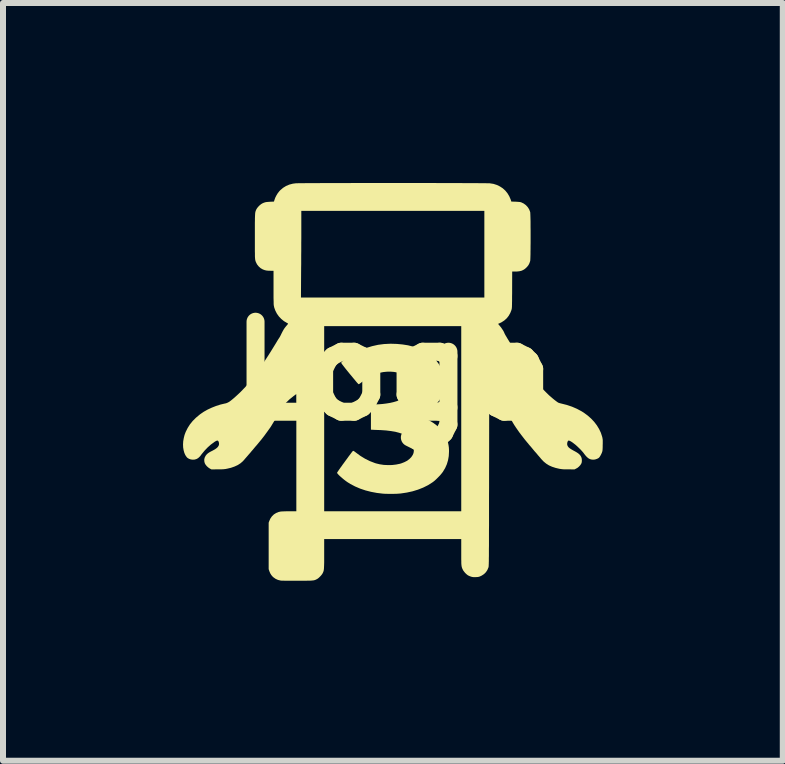
<source format=kicad_pcb>
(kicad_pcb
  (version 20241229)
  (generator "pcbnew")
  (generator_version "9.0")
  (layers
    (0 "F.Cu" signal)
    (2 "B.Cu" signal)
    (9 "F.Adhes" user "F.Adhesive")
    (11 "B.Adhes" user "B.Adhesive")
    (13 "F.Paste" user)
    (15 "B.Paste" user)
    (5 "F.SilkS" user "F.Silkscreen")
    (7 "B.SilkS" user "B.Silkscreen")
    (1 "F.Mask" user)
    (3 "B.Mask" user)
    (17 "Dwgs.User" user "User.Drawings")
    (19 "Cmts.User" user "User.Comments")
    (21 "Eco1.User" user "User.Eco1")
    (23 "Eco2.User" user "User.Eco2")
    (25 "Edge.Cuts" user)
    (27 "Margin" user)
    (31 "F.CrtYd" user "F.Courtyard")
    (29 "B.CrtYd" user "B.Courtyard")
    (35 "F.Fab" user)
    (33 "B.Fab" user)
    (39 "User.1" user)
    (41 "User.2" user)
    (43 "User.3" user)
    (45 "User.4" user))
  (footprint "Logo"
    (layer "F.Cu")
    (at 3.494 3.133)
    (property "Reference" "Logo" (at 0 0 0) (layer "F.SilkS") (effects (font (size 1.5 1.5) (thickness 0.3))))
    (attr board_only exclude_from_pos_files exclude_from_bom)
    (fp_poly (pts (xy 0.07 -0.452) (xy 0.164 -0.443) (xy 0.254 -0.429) (xy 0.338 -0.408) (xy 0.417 -0.383) (xy 0.491 -0.352) (xy 0.558 -0.315) (xy 0.62 -0.274) (xy 0.675 -0.228) (xy 0.724 -0.177) (xy 0.765 -0.122) (xy 0.8 -0.062) (xy 0.818 -0.02) (xy 0.835 0.03) (xy 0.848 0.084) (xy 0.856 0.14) (xy 0.86 0.195) (xy 0.859 0.247) (xy 0.858 0.262) (xy 0.852 0.307) (xy 0.843 0.347) (xy 0.83 0.385) (xy 0.813 0.424) (xy 0.809 0.431) (xy 0.778 0.486) (xy 0.739 0.537) (xy 0.693 0.584) (xy 0.64 0.628) (xy 0.579 0.669) (xy 0.51 0.708) (xy 0.465 0.729) (xy 0.448 0.737) (xy 0.436 0.743) (xy 0.429 0.748) (xy 0.429 0.75) (xy 0.488 0.77) (xy 0.548 0.794) (xy 0.605 0.822) (xy 0.657 0.852) (xy 0.676 0.864) (xy 0.735 0.908) (xy 0.787 0.956) (xy 0.832 1.009) (xy 0.869 1.066) (xy 0.899 1.127) (xy 0.914 1.168) (xy 0.924 1.205) (xy 0.931 1.24) (xy 0.936 1.277) (xy 0.938 1.318) (xy 0.938 1.343) (xy 0.934 1.417) (xy 0.922 1.486) (xy 0.902 1.553) (xy 0.874 1.616) (xy 0.837 1.678) (xy 0.835 1.681) (xy 0.815 1.707) (xy 0.79 1.737) (xy 0.761 1.767) (xy 0.731 1.797) (xy 0.701 1.825) (xy 0.672 1.848) (xy 0.662 1.855) (xy 0.588 1.902) (xy 0.508 1.942) (xy 0.422 1.976) (xy 0.331 2.004) (xy 0.235 2.025) (xy 0.135 2.04) (xy 0.098 2.043) (xy 0.068 2.045) (xy 0.031 2.046) (xy -0.01 2.047) (xy -0.052 2.047) (xy -0.093 2.046) (xy -0.132 2.045) (xy -0.164 2.043) (xy -0.264 2.031) (xy -0.36 2.013) (xy -0.454 1.989) (xy -0.543 1.959) (xy -0.627 1.923) (xy -0.705 1.882) (xy -0.755 1.851) (xy -0.779 1.834) (xy -0.804 1.815) (xy -0.829 1.795) (xy -0.853 1.774) (xy -0.876 1.754) (xy -0.895 1.736) (xy -0.911 1.719) (xy -0.922 1.706) (xy -0.927 1.697) (xy -0.928 1.696) (xy -0.925 1.691) (xy -0.918 1.679) (xy -0.907 1.663) (xy -0.892 1.641) (xy -0.874 1.615) (xy -0.853 1.587) (xy -0.831 1.555) (xy -0.815 1.534) (xy -0.784 1.491) (xy -0.757 1.455) (xy -0.735 1.424) (xy -0.716 1.399) (xy -0.701 1.379) (xy -0.689 1.363) (xy -0.68 1.351) (xy -0.673 1.342) (xy -0.668 1.337) (xy -0.664 1.333) (xy -0.661 1.331) (xy -0.658 1.33) (xy -0.656 1.33) (xy -0.656 1.33) (xy -0.649 1.333) (xy -0.638 1.34) (xy -0.623 1.351) (xy -0.61 1.361) (xy -0.538 1.414) (xy -0.461 1.461) (xy -0.38 1.501) (xy -0.297 1.533) (xy -0.278 1.539) (xy -0.215 1.554) (xy -0.148 1.564) (xy -0.079 1.567) (xy -0.01 1.566) (xy 0.057 1.558) (xy 0.121 1.545) (xy 0.144 1.538) (xy 0.195 1.518) (xy 0.24 1.495) (xy 0.278 1.466) (xy 0.309 1.435) (xy 0.333 1.399) (xy 0.342 1.379) (xy 0.346 1.367) (xy 0.349 1.355) (xy 0.351 1.34) (xy 0.352 1.321) (xy 0.352 1.3) (xy 0.351 1.263) (xy 0.347 1.233) (xy 0.339 1.206) (xy 0.327 1.18) (xy 0.315 1.161) (xy 0.289 1.127) (xy 0.255 1.098) (xy 0.214 1.071) (xy 0.164 1.048) (xy 0.108 1.029) (xy 0.043 1.012) (xy -0.029 1) (xy -0.109 0.99) (xy -0.197 0.984) (xy -0.252 0.982) (xy -0.28 0.981) (xy -0.305 0.98) (xy -0.327 0.979) (xy -0.343 0.978) (xy -0.352 0.978) (xy -0.353 0.978) (xy -0.363 0.976) (xy -0.363 0.768) (xy -0.363 0.72) (xy -0.363 0.68) (xy -0.363 0.647) (xy -0.363 0.62) (xy -0.362 0.6) (xy -0.362 0.584) (xy -0.361 0.573) (xy -0.36 0.566) (xy -0.359 0.561) (xy -0.357 0.559) (xy -0.356 0.558) (xy -0.349 0.557) (xy -0.336 0.556) (xy -0.317 0.556) (xy -0.302 0.556) (xy -0.237 0.554) (xy -0.171 0.549) (xy -0.107 0.541) (xy -0.045 0.531) (xy 0.012 0.518) (xy 0.064 0.503) (xy 0.085 0.495) (xy 0.134 0.473) (xy 0.176 0.446) (xy 0.211 0.416) (xy 0.239 0.382) (xy 0.259 0.344) (xy 0.271 0.307) (xy 0.276 0.265) (xy 0.273 0.222) (xy 0.264 0.181) (xy 0.251 0.147) (xy 0.238 0.128) (xy 0.221 0.107) (xy 0.2 0.086) (xy 0.178 0.068) (xy 0.162 0.058) (xy 0.119 0.038) (xy 0.07 0.023) (xy 0.017 0.014) (xy -0.04 0.01) (xy -0.098 0.011) (xy -0.157 0.017) (xy -0.216 0.029) (xy -0.271 0.046) (xy -0.316 0.064) (xy -0.364 0.089) (xy -0.415 0.118) (xy -0.467 0.15) (xy -0.517 0.186) (xy -0.526 0.193) (xy -0.541 0.204) (xy -0.554 0.213) (xy -0.563 0.218) (xy -0.566 0.219) (xy -0.568 0.219) (xy -0.57 0.217) (xy -0.574 0.215) (xy -0.578 0.211) (xy -0.584 0.204) (xy -0.593 0.195) (xy -0.604 0.182) (xy -0.618 0.165) (xy -0.636 0.143) (xy -0.658 0.117) (xy -0.684 0.085) (xy -0.716 0.047) (xy -0.729 0.031) (xy -0.764 -0.012) (xy -0.793 -0.048) (xy -0.817 -0.079) (xy -0.835 -0.102) (xy -0.848 -0.12) (xy -0.855 -0.131) (xy -0.857 -0.135) (xy -0.857 -0.141) (xy -0.854 -0.146) (xy -0.848 -0.153) (xy -0.838 -0.162) (xy -0.822 -0.174) (xy -0.811 -0.182) (xy -0.719 -0.246) (xy -0.627 -0.301) (xy -0.534 -0.348) (xy -0.439 -0.386) (xy -0.342 -0.415) (xy -0.244 -0.437) (xy -0.144 -0.45) (xy -0.041 -0.455) (xy -0.028 -0.455)) (stroke (width 0) (type solid)) (fill yes) (layer "F.SilkS"))
    (fp_poly (pts (xy 0.12 -3.133) (xy 0.224 -3.133) (xy 0.327 -3.133) (xy 0.428 -3.133) (xy 0.528 -3.133) (xy 0.626 -3.133) (xy 0.722 -3.133) (xy 0.815 -3.132) (xy 0.905 -3.132) (xy 0.991 -3.132) (xy 1.074 -3.132) (xy 1.152 -3.132) (xy 1.226 -3.131) (xy 1.294 -3.131) (xy 1.357 -3.131) (xy 1.415 -3.131) (xy 1.466 -3.13) (xy 1.51 -3.13) (xy 1.548 -3.13) (xy 1.578 -3.129) (xy 1.601 -3.129) (xy 1.615 -3.129) (xy 1.62 -3.128) (xy 1.679 -3.119) (xy 1.735 -3.101) (xy 1.787 -3.076) (xy 1.834 -3.045) (xy 1.876 -3.007) (xy 1.912 -2.963) (xy 1.942 -2.913) (xy 1.965 -2.86) (xy 1.977 -2.824) (xy 2.049 -2.822) (xy 2.081 -2.82) (xy 2.106 -2.818) (xy 2.125 -2.816) (xy 2.138 -2.812) (xy 2.14 -2.812) (xy 2.182 -2.792) (xy 2.219 -2.765) (xy 2.249 -2.733) (xy 2.273 -2.696) (xy 2.289 -2.655) (xy 2.291 -2.649) (xy 2.292 -2.639) (xy 2.293 -2.622) (xy 2.294 -2.597) (xy 2.295 -2.566) (xy 2.296 -2.53) (xy 2.297 -2.488) (xy 2.297 -2.443) (xy 2.297 -2.395) (xy 2.298 -2.344) (xy 2.298 -2.292) (xy 2.298 -2.238) (xy 2.298 -2.185) (xy 2.298 -2.133) (xy 2.297 -2.082) (xy 2.297 -2.034) (xy 2.296 -1.989) (xy 2.296 -1.948) (xy 2.295 -1.912) (xy 2.294 -1.881) (xy 2.293 -1.857) (xy 2.292 -1.84) (xy 2.29 -1.831) (xy 2.278 -1.796) (xy 2.262 -1.765) (xy 2.239 -1.736) (xy 2.229 -1.726) (xy 2.203 -1.702) (xy 2.176 -1.685) (xy 2.148 -1.672) (xy 2.116 -1.664) (xy 2.078 -1.659) (xy 2.043 -1.658) (xy 1.991 -1.658) (xy 1.99 -1.355) (xy 1.99 -1.296) (xy 1.989 -1.246) (xy 1.989 -1.202) (xy 1.989 -1.166) (xy 1.988 -1.135) (xy 1.988 -1.11) (xy 1.987 -1.089) (xy 1.987 -1.073) (xy 1.986 -1.06) (xy 1.985 -1.049) (xy 1.984 -1.04) (xy 1.983 -1.033) (xy 1.981 -1.027) (xy 1.979 -1.02) (xy 1.979 -1.018) (xy 1.959 -0.967) (xy 1.933 -0.921) (xy 1.9 -0.879) (xy 1.86 -0.843) (xy 1.814 -0.813) (xy 1.783 -0.798) (xy 1.756 -0.786) (xy 1.782 -0.755) (xy 1.805 -0.727) (xy 1.826 -0.696) (xy 1.845 -0.667) (xy 1.858 -0.64) (xy 1.86 -0.635) (xy 1.865 -0.623) (xy 1.873 -0.608) (xy 1.883 -0.59) (xy 1.897 -0.567) (xy 1.914 -0.538) (xy 1.935 -0.504) (xy 1.959 -0.464) (xy 1.974 -0.44) (xy 1.99 -0.413) (xy 2.006 -0.388) (xy 2.017 -0.37) (xy 2.083 -0.263) (xy 2.147 -0.164) (xy 2.208 -0.072) (xy 2.267 0.013) (xy 2.325 0.091) (xy 2.382 0.164) (xy 2.438 0.231) (xy 2.494 0.293) (xy 2.55 0.35) (xy 2.605 0.404) (xy 2.641 0.435) (xy 2.67 0.46) (xy 2.697 0.482) (xy 2.722 0.501) (xy 2.742 0.516) (xy 2.758 0.526) (xy 2.76 0.527) (xy 2.77 0.531) (xy 2.787 0.536) (xy 2.806 0.541) (xy 2.815 0.543) (xy 2.902 0.565) (xy 2.988 0.594) (xy 3.069 0.629) (xy 3.146 0.67) (xy 3.183 0.693) (xy 3.247 0.74) (xy 3.305 0.791) (xy 3.357 0.846) (xy 3.402 0.905) (xy 3.439 0.966) (xy 3.469 1.029) (xy 3.49 1.094) (xy 3.49 1.095) (xy 3.494 1.11) (xy 3.496 1.122) (xy 3.498 1.135) (xy 3.5 1.148) (xy 3.5 1.165) (xy 3.5 1.186) (xy 3.5 1.213) (xy 3.499 1.233) (xy 3.499 1.265) (xy 3.498 1.289) (xy 3.497 1.307) (xy 3.496 1.321) (xy 3.494 1.332) (xy 3.492 1.342) (xy 3.488 1.352) (xy 3.486 1.36) (xy 3.475 1.384) (xy 3.463 1.407) (xy 3.451 1.427) (xy 3.439 1.442) (xy 3.436 1.445) (xy 3.428 1.451) (xy 3.415 1.458) (xy 3.402 1.464) (xy 3.371 1.474) (xy 3.338 1.477) (xy 3.305 1.473) (xy 3.281 1.465) (xy 3.257 1.451) (xy 3.232 1.429) (xy 3.208 1.402) (xy 3.191 1.38) (xy 3.173 1.356) (xy 3.151 1.331) (xy 3.127 1.305) (xy 3.1 1.279) (xy 3.073 1.253) (xy 3.046 1.229) (xy 3.019 1.208) (xy 2.994 1.189) (xy 2.971 1.174) (xy 2.952 1.164) (xy 2.937 1.159) (xy 2.93 1.158) (xy 2.921 1.165) (xy 2.914 1.177) (xy 2.909 1.194) (xy 2.907 1.212) (xy 2.908 1.23) (xy 2.91 1.236) (xy 2.918 1.254) (xy 2.931 1.271) (xy 2.951 1.288) (xy 2.977 1.305) (xy 3.01 1.324) (xy 3.016 1.327) (xy 3.056 1.349) (xy 3.089 1.37) (xy 3.113 1.391) (xy 3.131 1.413) (xy 3.143 1.436) (xy 3.15 1.461) (xy 3.152 1.488) (xy 3.151 1.51) (xy 3.148 1.528) (xy 3.143 1.541) (xy 3.127 1.567) (xy 3.104 1.592) (xy 3.079 1.613) (xy 3.059 1.624) (xy 3.03 1.639) (xy 2.929 1.638) (xy 2.894 1.638) (xy 2.865 1.638) (xy 2.842 1.637) (xy 2.822 1.635) (xy 2.804 1.633) (xy 2.786 1.63) (xy 2.778 1.629) (xy 2.714 1.614) (xy 2.656 1.595) (xy 2.604 1.572) (xy 2.558 1.543) (xy 2.516 1.509) (xy 2.478 1.469) (xy 2.469 1.459) (xy 2.459 1.446) (xy 2.451 1.437) (xy 2.446 1.431) (xy 2.446 1.431) (xy 2.442 1.427) (xy 2.434 1.417) (xy 2.421 1.403) (xy 2.406 1.384) (xy 2.388 1.363) (xy 2.368 1.341) (xy 2.348 1.317) (xy 2.329 1.294) (xy 2.31 1.271) (xy 2.293 1.251) (xy 2.282 1.239) (xy 2.267 1.221) (xy 2.254 1.204) (xy 2.242 1.191) (xy 2.235 1.182) (xy 2.234 1.181) (xy 2.22 1.164) (xy 2.201 1.141) (xy 2.181 1.115) (xy 2.16 1.088) (xy 2.14 1.062) (xy 2.123 1.039) (xy 2.111 1.024) (xy 2.079 0.978) (xy 2.051 0.938) (xy 2.026 0.9) (xy 2.003 0.862) (xy 1.981 0.823) (xy 1.959 0.781) (xy 1.934 0.734) (xy 1.924 0.713) (xy 1.906 0.679) (xy 1.889 0.648) (xy 1.873 0.623) (xy 1.862 0.608) (xy 1.842 0.584) (xy 1.816 0.556) (xy 1.786 0.526) (xy 1.755 0.495) (xy 1.723 0.466) (xy 1.692 0.44) (xy 1.664 0.417) (xy 1.663 0.416) (xy 1.608 0.375) (xy 1.606 1.812) (xy 1.606 1.945) (xy 1.605 2.07) (xy 1.605 2.186) (xy 1.605 2.295) (xy 1.605 2.396) (xy 1.605 2.489) (xy 1.605 2.576) (xy 1.604 2.656) (xy 1.604 2.729) (xy 1.604 2.796) (xy 1.604 2.857) (xy 1.604 2.913) (xy 1.603 2.963) (xy 1.603 3.008) (xy 1.603 3.049) (xy 1.603 3.085) (xy 1.602 3.116) (xy 1.602 3.144) (xy 1.602 3.168) (xy 1.601 3.189) (xy 1.601 3.206) (xy 1.6 3.221) (xy 1.6 3.233) (xy 1.599 3.243) (xy 1.599 3.251) (xy 1.598 3.258) (xy 1.598 3.263) (xy 1.597 3.267) (xy 1.596 3.27) (xy 1.596 3.272) (xy 1.595 3.273) (xy 1.577 3.316) (xy 1.553 3.352) (xy 1.522 3.383) (xy 1.484 3.408) (xy 1.461 3.419) (xy 1.447 3.425) (xy 1.433 3.429) (xy 1.418 3.432) (xy 1.399 3.433) (xy 1.385 3.434) (xy 1.362 3.434) (xy 1.345 3.434) (xy 1.33 3.432) (xy 1.315 3.429) (xy 1.302 3.425) (xy 1.283 3.418) (xy 1.265 3.41) (xy 1.251 3.402) (xy 1.25 3.402) (xy 1.228 3.384) (xy 1.206 3.363) (xy 1.187 3.339) (xy 1.171 3.317) (xy 1.169 3.311) (xy 1.163 3.299) (xy 1.158 3.288) (xy 1.154 3.277) (xy 1.151 3.266) (xy 1.148 3.253) (xy 1.146 3.237) (xy 1.144 3.219) (xy 1.143 3.196) (xy 1.143 3.168) (xy 1.142 3.135) (xy 1.142 3.095) (xy 1.142 3.048) (xy 1.142 3.016) (xy 1.142 2.8) (xy 0 2.8) (xy -1.142 2.8) (xy -1.142 3.044) (xy -1.142 3.1) (xy -1.142 3.148) (xy -1.142 3.189) (xy -1.143 3.223) (xy -1.144 3.251) (xy -1.145 3.275) (xy -1.146 3.294) (xy -1.148 3.31) (xy -1.15 3.324) (xy -1.153 3.335) (xy -1.157 3.346) (xy -1.161 3.356) (xy -1.166 3.366) (xy -1.167 3.369) (xy -1.179 3.388) (xy -1.195 3.408) (xy -1.215 3.429) (xy -1.235 3.448) (xy -1.254 3.462) (xy -1.262 3.467) (xy -1.273 3.472) (xy -1.283 3.477) (xy -1.292 3.481) (xy -1.302 3.484) (xy -1.313 3.487) (xy -1.325 3.489) (xy -1.341 3.49) (xy -1.359 3.492) (xy -1.382 3.493) (xy -1.41 3.493) (xy -1.443 3.494) (xy -1.483 3.494) (xy -1.53 3.494) (xy -1.585 3.494) (xy -1.586 3.494) (xy -1.633 3.494) (xy -1.679 3.494) (xy -1.721 3.494) (xy -1.76 3.494) (xy -1.795 3.494) (xy -1.824 3.493) (xy -1.847 3.493) (xy -1.862 3.492) (xy -1.868 3.491) (xy -1.911 3.481) (xy -1.951 3.463) (xy -1.988 3.437) (xy -2.005 3.421) (xy -2.024 3.398) (xy -2.04 3.372) (xy -2.053 3.342) (xy -2.057 3.331) (xy -2.067 3.301) (xy -2.067 2.914) (xy -2.067 2.527) (xy -2.057 2.499) (xy -2.038 2.457) (xy -2.012 2.42) (xy -1.98 2.389) (xy -1.944 2.366) (xy -1.903 2.349) (xy -1.866 2.341) (xy -1.853 2.34) (xy -1.833 2.339) (xy -1.808 2.338) (xy -1.778 2.337) (xy -1.746 2.337) (xy -1.721 2.337) (xy -1.606 2.337) (xy -1.606 1.361) (xy -1.606 1.269) (xy -1.606 1.18) (xy -1.606 1.093) (xy -1.606 1.009) (xy -1.606 0.929) (xy -1.606 0.853) (xy -1.606 0.794) (xy -1.142 0.794) (xy -1.142 2.337) (xy 0 2.337) (xy 1.142 2.337) (xy 1.142 0.794) (xy 1.142 -0.748) (xy 0 -0.748) (xy -1.142 -0.748) (xy -1.142 0.794) (xy -1.606 0.794) (xy -1.606 0.781) (xy -1.606 0.714) (xy -1.606 0.652) (xy -1.606 0.596) (xy -1.606 0.545) (xy -1.607 0.5) (xy -1.607 0.462) (xy -1.607 0.432) (xy -1.607 0.408) (xy -1.607 0.393) (xy -1.607 0.386) (xy -1.607 0.385) (xy -1.611 0.387) (xy -1.621 0.394) (xy -1.634 0.404) (xy -1.649 0.415) (xy -1.719 0.471) (xy -1.783 0.533) (xy -1.828 0.583) (xy -1.847 0.605) (xy -1.861 0.622) (xy -1.872 0.636) (xy -1.879 0.647) (xy -1.885 0.658) (xy -1.891 0.67) (xy -1.893 0.674) (xy -1.908 0.708) (xy -1.927 0.747) (xy -1.949 0.789) (xy -1.973 0.832) (xy -1.999 0.874) (xy -2.023 0.914) (xy -2.039 0.939) (xy -2.054 0.96) (xy -2.072 0.985) (xy -2.092 1.013) (xy -2.112 1.04) (xy -2.132 1.068) (xy -2.151 1.093) (xy -2.169 1.116) (xy -2.183 1.134) (xy -2.193 1.147) (xy -2.195 1.149) (xy -2.201 1.156) (xy -2.211 1.168) (xy -2.223 1.183) (xy -2.229 1.19) (xy -2.243 1.207) (xy -2.257 1.224) (xy -2.27 1.239) (xy -2.273 1.243) (xy -2.286 1.257) (xy -2.3 1.274) (xy -2.31 1.286) (xy -2.329 1.309) (xy -2.351 1.334) (xy -2.373 1.361) (xy -2.397 1.388) (xy -2.42 1.415) (xy -2.442 1.44) (xy -2.462 1.463) (xy -2.478 1.482) (xy -2.491 1.496) (xy -2.496 1.502) (xy -2.535 1.536) (xy -2.581 1.566) (xy -2.635 1.591) (xy -2.695 1.612) (xy -2.763 1.628) (xy -2.765 1.628) (xy -2.783 1.632) (xy -2.801 1.634) (xy -2.819 1.636) (xy -2.84 1.637) (xy -2.865 1.638) (xy -2.897 1.638) (xy -2.918 1.638) (xy -3.021 1.639) (xy -3.049 1.624) (xy -3.075 1.606) (xy -3.099 1.584) (xy -3.119 1.559) (xy -3.133 1.533) (xy -3.133 1.533) (xy -3.14 1.501) (xy -3.14 1.468) (xy -3.131 1.437) (xy -3.115 1.408) (xy -3.102 1.392) (xy -3.089 1.379) (xy -3.074 1.367) (xy -3.056 1.355) (xy -3.033 1.342) (xy -3.003 1.327) (xy -2.994 1.322) (xy -2.96 1.303) (xy -2.934 1.284) (xy -2.915 1.266) (xy -2.902 1.246) (xy -2.897 1.234) (xy -2.894 1.217) (xy -2.895 1.199) (xy -2.899 1.183) (xy -2.905 1.169) (xy -2.913 1.161) (xy -2.918 1.159) (xy -2.926 1.159) (xy -2.934 1.161) (xy -2.943 1.165) (xy -2.956 1.172) (xy -2.975 1.184) (xy -2.975 1.185) (xy -3.029 1.224) (xy -3.082 1.271) (xy -3.133 1.324) (xy -3.182 1.383) (xy -3.189 1.392) (xy -3.208 1.418) (xy -3.226 1.436) (xy -3.242 1.45) (xy -3.26 1.461) (xy -3.27 1.466) (xy -3.3 1.475) (xy -3.332 1.477) (xy -3.364 1.473) (xy -3.394 1.463) (xy -3.42 1.447) (xy -3.433 1.434) (xy -3.455 1.402) (xy -3.472 1.364) (xy -3.484 1.321) (xy -3.492 1.273) (xy -3.494 1.223) (xy -3.491 1.171) (xy -3.482 1.118) (xy -3.469 1.066) (xy -3.45 1.015) (xy -3.449 1.013) (xy -3.417 0.949) (xy -3.379 0.889) (xy -3.333 0.832) (xy -3.279 0.778) (xy -3.218 0.727) (xy -3.205 0.717) (xy -3.148 0.678) (xy -3.084 0.642) (xy -3.015 0.61) (xy -2.944 0.582) (xy -2.872 0.559) (xy -2.801 0.542) (xy -2.8 0.542) (xy -2.781 0.538) (xy -2.763 0.532) (xy -2.746 0.524) (xy -2.727 0.514) (xy -2.706 0.499) (xy -2.683 0.481) (xy -2.654 0.457) (xy -2.634 0.44) (xy -2.589 0.399) (xy -2.544 0.357) (xy -2.5 0.312) (xy -2.455 0.265) (xy -2.411 0.214) (xy -2.366 0.16) (xy -2.321 0.101) (xy -2.274 0.038) (xy -2.225 -0.03) (xy -2.175 -0.104) (xy -2.123 -0.183) (xy -2.067 -0.269) (xy -2.009 -0.362) (xy -1.948 -0.461) (xy -1.923 -0.503) (xy -1.912 -0.521) (xy -1.9 -0.54) (xy -1.891 -0.553) (xy -1.883 -0.566) (xy -1.873 -0.584) (xy -1.862 -0.606) (xy -1.853 -0.625) (xy -1.835 -0.66) (xy -1.819 -0.689) (xy -1.803 -0.714) (xy -1.785 -0.737) (xy -1.772 -0.753) (xy -1.76 -0.766) (xy -1.751 -0.778) (xy -1.745 -0.785) (xy -1.744 -0.786) (xy -1.746 -0.792) (xy -1.756 -0.799) (xy -1.764 -0.803) (xy -1.813 -0.832) (xy -1.857 -0.868) (xy -1.896 -0.909) (xy -1.929 -0.955) (xy -1.955 -1.005) (xy -1.974 -1.057) (xy -1.982 -1.095) (xy -1.983 -1.105) (xy -1.984 -1.123) (xy -1.984 -1.149) (xy -1.985 -1.182) (xy -1.986 -1.222) (xy -1.986 -1.225) (xy -1.529 -1.225) (xy -0.001 -1.225) (xy 1.527 -1.225) (xy 1.527 -1.947) (xy 1.527 -2.669) (xy 0.002 -2.669) (xy -1.523 -2.669) (xy -1.523 -2.449) (xy -1.523 -2.414) (xy -1.523 -2.372) (xy -1.523 -2.322) (xy -1.523 -2.266) (xy -1.523 -2.206) (xy -1.524 -2.141) (xy -1.524 -2.072) (xy -1.524 -2.002) (xy -1.525 -1.93) (xy -1.525 -1.858) (xy -1.525 -1.786) (xy -1.526 -1.727) (xy -1.529 -1.225) (xy -1.986 -1.225) (xy -1.986 -1.267) (xy -1.986 -1.317) (xy -1.986 -1.372) (xy -1.986 -1.397) (xy -1.986 -1.671) (xy -2.036 -1.671) (xy -2.073 -1.672) (xy -2.104 -1.675) (xy -2.131 -1.681) (xy -2.155 -1.69) (xy -2.164 -1.693) (xy -2.202 -1.715) (xy -2.234 -1.744) (xy -2.261 -1.778) (xy -2.281 -1.818) (xy -2.29 -1.847) (xy -2.291 -1.853) (xy -2.292 -1.86) (xy -2.293 -1.869) (xy -2.294 -1.88) (xy -2.295 -1.894) (xy -2.296 -1.912) (xy -2.296 -1.934) (xy -2.296 -1.961) (xy -2.297 -1.993) (xy -2.297 -2.031) (xy -2.297 -2.076) (xy -2.297 -2.127) (xy -2.297 -2.186) (xy -2.297 -2.245) (xy -2.297 -2.313) (xy -2.297 -2.373) (xy -2.297 -2.425) (xy -2.297 -2.47) (xy -2.296 -2.509) (xy -2.296 -2.542) (xy -2.295 -2.57) (xy -2.294 -2.593) (xy -2.293 -2.613) (xy -2.292 -2.629) (xy -2.29 -2.642) (xy -2.288 -2.653) (xy -2.285 -2.663) (xy -2.282 -2.671) (xy -2.279 -2.68) (xy -2.275 -2.688) (xy -2.272 -2.695) (xy -2.258 -2.717) (xy -2.239 -2.74) (xy -2.216 -2.763) (xy -2.192 -2.782) (xy -2.17 -2.795) (xy -2.152 -2.803) (xy -2.135 -2.809) (xy -2.117 -2.814) (xy -2.097 -2.817) (xy -2.072 -2.819) (xy -2.041 -2.821) (xy -1.979 -2.824) (xy -1.971 -2.85) (xy -1.958 -2.887) (xy -1.939 -2.925) (xy -1.916 -2.963) (xy -1.89 -2.996) (xy -1.873 -3.014) (xy -1.827 -3.053) (xy -1.777 -3.084) (xy -1.723 -3.107) (xy -1.665 -3.122) (xy -1.62 -3.128) (xy -1.611 -3.129) (xy -1.594 -3.129) (xy -1.569 -3.13) (xy -1.537 -3.13) (xy -1.497 -3.13) (xy -1.451 -3.131) (xy -1.397 -3.131) (xy -1.338 -3.131) (xy -1.274 -3.131) (xy -1.204 -3.132) (xy -1.129 -3.132) (xy -1.049 -3.132) (xy -0.965 -3.132) (xy -0.878 -3.132) (xy -0.787 -3.132) (xy -0.693 -3.133) (xy -0.597 -3.133) (xy -0.498 -3.133) (xy -0.397 -3.133) (xy -0.295 -3.133) (xy -0.192 -3.133) (xy -0.088 -3.133) (xy 0.016 -3.133)) (stroke (width 0) (type solid)) (fill yes) (layer "F.SilkS")))
  (gr_rect
    (start -3 -3)
    (end 9.994 9.627)
    (stroke (width 0.1) (type default))
    (fill no)
    (layer "Edge.Cuts")))
</source>
